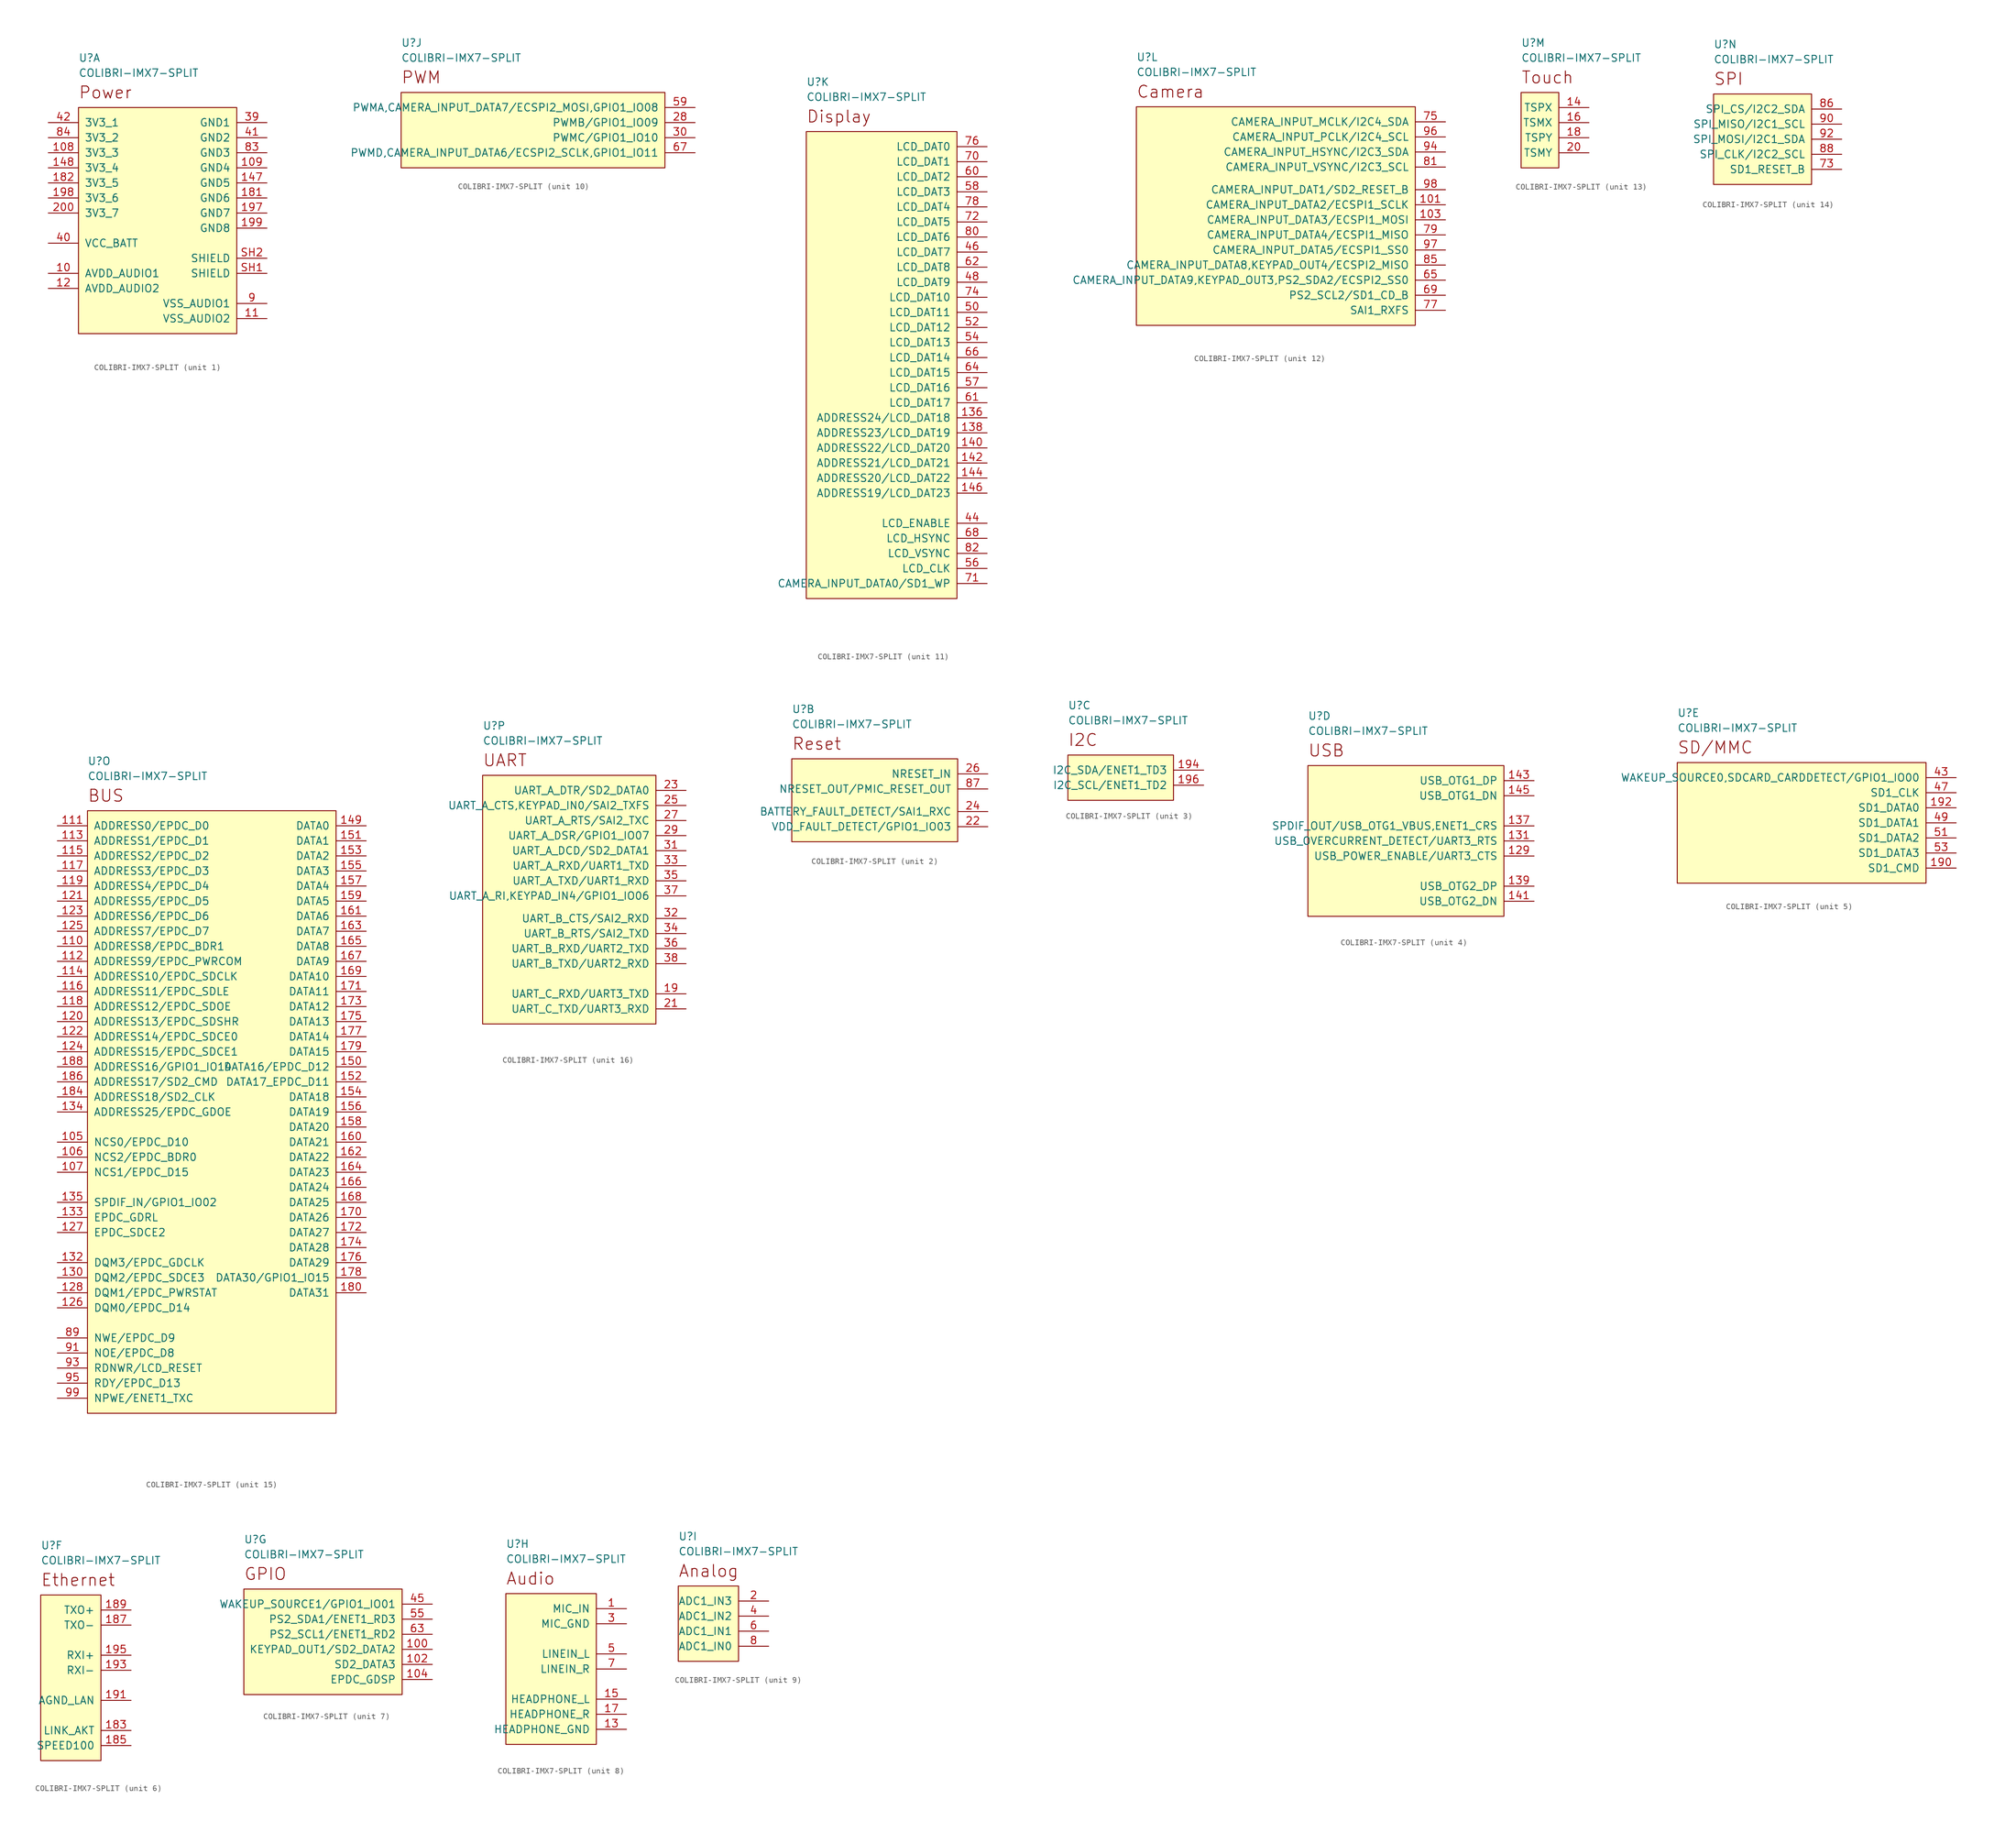
<source format=kicad_sym>
(kicad_symbol_lib
  (version 20201005)
  (generator kicad_symbol_editor)
  (symbol "goyman:COLIBRI-IMX7-SPLIT"
    (pin_names
      (offset 1.016))
    (property "Reference" "U"
      (at 0 7.62 0)
      (effects (font (size 1.27 1.27)) (justify left bottom)))
    (property "Value" "COLIBRI-IMX7-SPLIT"
      (at 0 5.08 0)
      (effects (font (size 1.27 1.27)) (justify left bottom)))
    (property "ki_locked" ""
      (at 0 0 0)
      (effects (font (size 1.27 1.27))))
    (symbol "COLIBRI-IMX7-SPLIT_1_0"
      (text "Power" (at 0 2.54 0) (effects (font (size 2.007 2.007)) (justify left)))
      (pin power_in line (at -5.08 -27.94 0) (length 5.08) (name "AVDD_AUDIO1" (effects (font (size 1.27 1.27)))) (number "10" (effects (font (size 1.27 1.27)))))
      (pin power_in line (at -5.08 -7.62 0) (length 5.08) (name "3V3_3" (effects (font (size 1.27 1.27)))) (number "108" (effects (font (size 1.27 1.27)))))
      (pin power_in line (at 31.75 -10.16 180) (length 5.08) (name "GND4" (effects (font (size 1.27 1.27)))) (number "109" (effects (font (size 1.27 1.27)))))
      (pin power_in line (at 31.75 -35.56 180) (length 5.08) (name "VSS_AUDIO2" (effects (font (size 1.27 1.27)))) (number "11" (effects (font (size 1.27 1.27)))))
      (pin power_in line (at -5.08 -30.48 0) (length 5.08) (name "AVDD_AUDIO2" (effects (font (size 1.27 1.27)))) (number "12" (effects (font (size 1.27 1.27)))))
      (pin power_in line (at 31.75 -12.7 180) (length 5.08) (name "GND5" (effects (font (size 1.27 1.27)))) (number "147" (effects (font (size 1.27 1.27)))))
      (pin power_in line (at -5.08 -10.16 0) (length 5.08) (name "3V3_4" (effects (font (size 1.27 1.27)))) (number "148" (effects (font (size 1.27 1.27)))))
      (pin power_in line (at 31.75 -15.24 180) (length 5.08) (name "GND6" (effects (font (size 1.27 1.27)))) (number "181" (effects (font (size 1.27 1.27)))))
      (pin power_in line (at -5.08 -12.7 0) (length 5.08) (name "3V3_5" (effects (font (size 1.27 1.27)))) (number "182" (effects (font (size 1.27 1.27)))))
      (pin power_in line (at 31.75 -17.78 180) (length 5.08) (name "GND7" (effects (font (size 1.27 1.27)))) (number "197" (effects (font (size 1.27 1.27)))))
      (pin power_in line (at -5.08 -15.24 0) (length 5.08) (name "3V3_6" (effects (font (size 1.27 1.27)))) (number "198" (effects (font (size 1.27 1.27)))))
      (pin power_in line (at 31.75 -20.32 180) (length 5.08) (name "GND8" (effects (font (size 1.27 1.27)))) (number "199" (effects (font (size 1.27 1.27)))))
      (pin power_in line (at -5.08 -17.78 0) (length 5.08) (name "3V3_7" (effects (font (size 1.27 1.27)))) (number "200" (effects (font (size 1.27 1.27)))))
      (pin power_in line (at 31.75 -2.54 180) (length 5.08) (name "GND1" (effects (font (size 1.27 1.27)))) (number "39" (effects (font (size 1.27 1.27)))))
      (pin power_in line (at -5.08 -22.86 0) (length 5.08) (name "VCC_BATT" (effects (font (size 1.27 1.27)))) (number "40" (effects (font (size 1.27 1.27)))))
      (pin power_in line (at 31.75 -5.08 180) (length 5.08) (name "GND2" (effects (font (size 1.27 1.27)))) (number "41" (effects (font (size 1.27 1.27)))))
      (pin power_in line (at 31.75 -7.62 180) (length 5.08) (name "GND3" (effects (font (size 1.27 1.27)))) (number "83" (effects (font (size 1.27 1.27)))))
      (pin power_in line (at -5.08 -5.08 0) (length 5.08) (name "3V3_2" (effects (font (size 1.27 1.27)))) (number "84" (effects (font (size 1.27 1.27)))))
      (pin power_in line (at 31.75 -33.02 180) (length 5.08) (name "VSS_AUDIO1" (effects (font (size 1.27 1.27)))) (number "9" (effects (font (size 1.27 1.27)))))
      (pin power_in line (at 31.75 -27.94 180) (length 5.08) (name "SHIELD" (effects (font (size 1.27 1.27)))) (number "SH1" (effects (font (size 1.27 1.27)))))
      (pin power_in line (at 31.75 -25.4 180) (length 5.08) (name "SHIELD" (effects (font (size 1.27 1.27)))) (number "SH2" (effects (font (size 1.27 1.27))))))
    (symbol "COLIBRI-IMX7-SPLIT_1_1"
      (rectangle (start 0 0) (end 26.67 -38.1) (stroke (width 0)) (fill (type background)))
      (pin power_in line (at -5.08 -2.54 0) (length 5.08) (name "3V3_1" (effects (font (size 1.27 1.27)))) (number "42" (effects (font (size 1.27 1.27))))))
    (symbol "COLIBRI-IMX7-SPLIT_2_0"
      (text "Reset" (at 0 2.54 0) (effects (font (size 2.007 2.007)) (justify left)))
      (rectangle (start 27.94 0) (end 0 -13.97) (stroke (width 0)) (fill (type background)))
      (pin passive line (at 33.02 -11.43 180) (length 5.08) (name "VDD_FAULT_DETECT/GPIO1_IO03" (effects (font (size 1.27 1.27)))) (number "22" (effects (font (size 1.27 1.27)))))
      (pin passive line (at 33.02 -8.89 180) (length 5.08) (name "BATTERY_FAULT_DETECT/SAI1_RXC" (effects (font (size 1.27 1.27)))) (number "24" (effects (font (size 1.27 1.27)))))
      (pin passive line (at 33.02 -2.54 180) (length 5.08) (name "NRESET_IN" (effects (font (size 1.27 1.27)))) (number "26" (effects (font (size 1.27 1.27)))))
      (pin passive line (at 33.02 -5.08 180) (length 5.08) (name "NRESET_OUT/PMIC_RESET_OUT" (effects (font (size 1.27 1.27)))) (number "87" (effects (font (size 1.27 1.27))))))
    (symbol "COLIBRI-IMX7-SPLIT_3_0"
      (text "I2C" (at 0 2.54 0) (effects (font (size 2.007 2.007)) (justify left)))
      (rectangle (start 17.78 0) (end 0 -7.62) (stroke (width 0)) (fill (type background)))
      (pin passive line (at 22.86 -2.54 180) (length 5.08) (name "I2C_SDA/ENET1_TD3" (effects (font (size 1.27 1.27)))) (number "194" (effects (font (size 1.27 1.27)))))
      (pin passive line (at 22.86 -5.08 180) (length 5.08) (name "I2C_SCL/ENET1_TD2" (effects (font (size 1.27 1.27)))) (number "196" (effects (font (size 1.27 1.27))))))
    (symbol "COLIBRI-IMX7-SPLIT_4_0"
      (text "USB" (at 0 2.54 0) (effects (font (size 2.007 2.007)) (justify left)))
      (rectangle (start 33.02 0) (end 0 -25.4) (stroke (width 0)) (fill (type background)))
      (pin passive line (at 38.1 -15.24 180) (length 5.08) (name "USB_POWER_ENABLE/UART3_CTS" (effects (font (size 1.27 1.27)))) (number "129" (effects (font (size 1.27 1.27)))))
      (pin passive line (at 38.1 -12.7 180) (length 5.08) (name "USB_OVERCURRENT_DETECT/UART3_RTS" (effects (font (size 1.27 1.27)))) (number "131" (effects (font (size 1.27 1.27)))))
      (pin passive line (at 38.1 -10.16 180) (length 5.08) (name "SPDIF_OUT/USB_OTG1_VBUS,ENET1_CRS" (effects (font (size 1.27 1.27)))) (number "137" (effects (font (size 1.27 1.27)))))
      (pin passive line (at 38.1 -20.32 180) (length 5.08) (name "USB_OTG2_DP" (effects (font (size 1.27 1.27)))) (number "139" (effects (font (size 1.27 1.27)))))
      (pin passive line (at 38.1 -22.86 180) (length 5.08) (name "USB_OTG2_DN" (effects (font (size 1.27 1.27)))) (number "141" (effects (font (size 1.27 1.27)))))
      (pin passive line (at 38.1 -2.54 180) (length 5.08) (name "USB_OTG1_DP" (effects (font (size 1.27 1.27)))) (number "143" (effects (font (size 1.27 1.27)))))
      (pin passive line (at 38.1 -5.08 180) (length 5.08) (name "USB_OTG1_DN" (effects (font (size 1.27 1.27)))) (number "145" (effects (font (size 1.27 1.27))))))
    (symbol "COLIBRI-IMX7-SPLIT_5_0"
      (text "SD/MMC" (at 0 2.54 0) (effects (font (size 2.007 2.007)) (justify left)))
      (rectangle (start 41.91 0) (end 0 -20.32) (stroke (width 0)) (fill (type background)))
      (pin passive line (at 46.99 -17.78 180) (length 5.08) (name "SD1_CMD" (effects (font (size 1.27 1.27)))) (number "190" (effects (font (size 1.27 1.27)))))
      (pin passive line (at 46.99 -7.62 180) (length 5.08) (name "SD1_DATA0" (effects (font (size 1.27 1.27)))) (number "192" (effects (font (size 1.27 1.27)))))
      (pin passive line (at 46.99 -2.54 180) (length 5.08) (name "WAKEUP_SOURCE0,SDCARD_CARDDETECT/GPIO1_IO00" (effects (font (size 1.27 1.27)))) (number "43" (effects (font (size 1.27 1.27)))))
      (pin passive line (at 46.99 -5.08 180) (length 5.08) (name "SD1_CLK" (effects (font (size 1.27 1.27)))) (number "47" (effects (font (size 1.27 1.27)))))
      (pin passive line (at 46.99 -10.16 180) (length 5.08) (name "SD1_DATA1" (effects (font (size 1.27 1.27)))) (number "49" (effects (font (size 1.27 1.27)))))
      (pin passive line (at 46.99 -12.7 180) (length 5.08) (name "SD1_DATA2" (effects (font (size 1.27 1.27)))) (number "51" (effects (font (size 1.27 1.27)))))
      (pin passive line (at 46.99 -15.24 180) (length 5.08) (name "SD1_DATA3" (effects (font (size 1.27 1.27)))) (number "53" (effects (font (size 1.27 1.27))))))
    (symbol "COLIBRI-IMX7-SPLIT_6_0"
      (text "Ethernet" (at 0 2.54 0) (effects (font (size 2.007 2.007)) (justify left)))
      (rectangle (start 10.16 0) (end 0 -27.94) (stroke (width 0)) (fill (type background)))
      (pin passive line (at 15.24 -22.86 180) (length 5.08) (name "LINK_AKT" (effects (font (size 1.27 1.27)))) (number "183" (effects (font (size 1.27 1.27)))))
      (pin passive line (at 15.24 -25.4 180) (length 5.08) (name "SPEED100" (effects (font (size 1.27 1.27)))) (number "185" (effects (font (size 1.27 1.27)))))
      (pin passive line (at 15.24 -5.08 180) (length 5.08) (name "TXO-" (effects (font (size 1.27 1.27)))) (number "187" (effects (font (size 1.27 1.27)))))
      (pin passive line (at 15.24 -2.54 180) (length 5.08) (name "TXO+" (effects (font (size 1.27 1.27)))) (number "189" (effects (font (size 1.27 1.27)))))
      (pin passive line (at 15.24 -17.78 180) (length 5.08) (name "AGND_LAN" (effects (font (size 1.27 1.27)))) (number "191" (effects (font (size 1.27 1.27)))))
      (pin passive line (at 15.24 -12.7 180) (length 5.08) (name "RXI-" (effects (font (size 1.27 1.27)))) (number "193" (effects (font (size 1.27 1.27)))))
      (pin passive line (at 15.24 -10.16 180) (length 5.08) (name "RXI+" (effects (font (size 1.27 1.27)))) (number "195" (effects (font (size 1.27 1.27))))))
    (symbol "COLIBRI-IMX7-SPLIT_7_0"
      (text "GPIO" (at 0 2.54 0) (effects (font (size 2.007 2.007)) (justify left)))
      (rectangle (start 26.67 0) (end 0 -17.78) (stroke (width 0)) (fill (type background)))
      (pin passive line (at 31.75 -10.16 180) (length 5.08) (name "KEYPAD_OUT1/SD2_DATA2" (effects (font (size 1.27 1.27)))) (number "100" (effects (font (size 1.27 1.27)))))
      (pin passive line (at 31.75 -12.7 180) (length 5.08) (name "SD2_DATA3" (effects (font (size 1.27 1.27)))) (number "102" (effects (font (size 1.27 1.27)))))
      (pin passive line (at 31.75 -15.24 180) (length 5.08) (name "EPDC_GDSP" (effects (font (size 1.27 1.27)))) (number "104" (effects (font (size 1.27 1.27)))))
      (pin passive line (at 31.75 -2.54 180) (length 5.08) (name "WAKEUP_SOURCE1/GPIO1_IO01" (effects (font (size 1.27 1.27)))) (number "45" (effects (font (size 1.27 1.27)))))
      (pin passive line (at 31.75 -5.08 180) (length 5.08) (name "PS2_SDA1/ENET1_RD3" (effects (font (size 1.27 1.27)))) (number "55" (effects (font (size 1.27 1.27)))))
      (pin passive line (at 31.75 -7.62 180) (length 5.08) (name "PS2_SCL1/ENET1_RD2" (effects (font (size 1.27 1.27)))) (number "63" (effects (font (size 1.27 1.27))))))
    (symbol "COLIBRI-IMX7-SPLIT_8_0"
      (text "Audio" (at 0 2.54 0) (effects (font (size 2.007 2.007)) (justify left)))
      (rectangle (start 15.24 0) (end 0 -25.4) (stroke (width 0)) (fill (type background)))
      (pin passive line (at 20.32 -2.54 180) (length 5.08) (name "MIC_IN" (effects (font (size 1.27 1.27)))) (number "1" (effects (font (size 1.27 1.27)))))
      (pin passive line (at 20.32 -22.86 180) (length 5.08) (name "HEADPHONE_GND" (effects (font (size 1.27 1.27)))) (number "13" (effects (font (size 1.27 1.27)))))
      (pin passive line (at 20.32 -17.78 180) (length 5.08) (name "HEADPHONE_L" (effects (font (size 1.27 1.27)))) (number "15" (effects (font (size 1.27 1.27)))))
      (pin passive line (at 20.32 -20.32 180) (length 5.08) (name "HEADPHONE_R" (effects (font (size 1.27 1.27)))) (number "17" (effects (font (size 1.27 1.27)))))
      (pin passive line (at 20.32 -5.08 180) (length 5.08) (name "MIC_GND" (effects (font (size 1.27 1.27)))) (number "3" (effects (font (size 1.27 1.27)))))
      (pin passive line (at 20.32 -10.16 180) (length 5.08) (name "LINEIN_L" (effects (font (size 1.27 1.27)))) (number "5" (effects (font (size 1.27 1.27)))))
      (pin passive line (at 20.32 -12.7 180) (length 5.08) (name "LINEIN_R" (effects (font (size 1.27 1.27)))) (number "7" (effects (font (size 1.27 1.27))))))
    (symbol "COLIBRI-IMX7-SPLIT_9_0"
      (text "Analog" (at 0 2.54 0) (effects (font (size 2.007 2.007)) (justify left)))
      (rectangle (start 10.16 0) (end 0 -12.7) (stroke (width 0)) (fill (type background)))
      (pin passive line (at 15.24 -2.54 180) (length 5.08) (name "ADC1_IN3" (effects (font (size 1.27 1.27)))) (number "2" (effects (font (size 1.27 1.27)))))
      (pin passive line (at 15.24 -5.08 180) (length 5.08) (name "ADC1_IN2" (effects (font (size 1.27 1.27)))) (number "4" (effects (font (size 1.27 1.27)))))
      (pin passive line (at 15.24 -7.62 180) (length 5.08) (name "ADC1_IN1" (effects (font (size 1.27 1.27)))) (number "6" (effects (font (size 1.27 1.27)))))
      (pin passive line (at 15.24 -10.16 180) (length 5.08) (name "ADC1_IN0" (effects (font (size 1.27 1.27)))) (number "8" (effects (font (size 1.27 1.27))))))
    (symbol "COLIBRI-IMX7-SPLIT_10_0"
      (text "PWM" (at 0 2.54 0) (effects (font (size 2.007 2.007)) (justify left)))
      (rectangle (start 44.45 0) (end 0 -12.7) (stroke (width 0)) (fill (type background)))
      (pin passive line (at 49.53 -5.08 180) (length 5.08) (name "PWMB/GPIO1_IO09" (effects (font (size 1.27 1.27)))) (number "28" (effects (font (size 1.27 1.27)))))
      (pin passive line (at 49.53 -7.62 180) (length 5.08) (name "PWMC/GPIO1_IO10" (effects (font (size 1.27 1.27)))) (number "30" (effects (font (size 1.27 1.27)))))
      (pin passive line (at 49.53 -2.54 180) (length 5.08) (name "PWMA,CAMERA_INPUT_DATA7/ECSPI2_MOSI,GPIO1_IO08" (effects (font (size 1.27 1.27)))) (number "59" (effects (font (size 1.27 1.27)))))
      (pin passive line (at 49.53 -10.16 180) (length 5.08) (name "PWMD,CAMERA_INPUT_DATA6/ECSPI2_SCLK,GPIO1_IO11" (effects (font (size 1.27 1.27)))) (number "67" (effects (font (size 1.27 1.27))))))
    (symbol "COLIBRI-IMX7-SPLIT_11_0"
      (text "Display" (at 0 2.54 0) (effects (font (size 2.007 2.007)) (justify left)))
      (rectangle (start 25.4 0) (end 0 -78.74) (stroke (width 0)) (fill (type background)))
      (pin passive line (at 30.48 -48.26 180) (length 5.08) (name "ADDRESS24/LCD_DAT18" (effects (font (size 1.27 1.27)))) (number "136" (effects (font (size 1.27 1.27)))))
      (pin passive line (at 30.48 -50.8 180) (length 5.08) (name "ADDRESS23/LCD_DAT19" (effects (font (size 1.27 1.27)))) (number "138" (effects (font (size 1.27 1.27)))))
      (pin passive line (at 30.48 -53.34 180) (length 5.08) (name "ADDRESS22/LCD_DAT20" (effects (font (size 1.27 1.27)))) (number "140" (effects (font (size 1.27 1.27)))))
      (pin passive line (at 30.48 -55.88 180) (length 5.08) (name "ADDRESS21/LCD_DAT21" (effects (font (size 1.27 1.27)))) (number "142" (effects (font (size 1.27 1.27)))))
      (pin passive line (at 30.48 -58.42 180) (length 5.08) (name "ADDRESS20/LCD_DAT22" (effects (font (size 1.27 1.27)))) (number "144" (effects (font (size 1.27 1.27)))))
      (pin passive line (at 30.48 -60.96 180) (length 5.08) (name "ADDRESS19/LCD_DAT23" (effects (font (size 1.27 1.27)))) (number "146" (effects (font (size 1.27 1.27)))))
      (pin passive line (at 30.48 -66.04 180) (length 5.08) (name "LCD_ENABLE" (effects (font (size 1.27 1.27)))) (number "44" (effects (font (size 1.27 1.27)))))
      (pin passive line (at 30.48 -20.32 180) (length 5.08) (name "LCD_DAT7" (effects (font (size 1.27 1.27)))) (number "46" (effects (font (size 1.27 1.27)))))
      (pin passive line (at 30.48 -25.4 180) (length 5.08) (name "LCD_DAT9" (effects (font (size 1.27 1.27)))) (number "48" (effects (font (size 1.27 1.27)))))
      (pin passive line (at 30.48 -30.48 180) (length 5.08) (name "LCD_DAT11" (effects (font (size 1.27 1.27)))) (number "50" (effects (font (size 1.27 1.27)))))
      (pin passive line (at 30.48 -33.02 180) (length 5.08) (name "LCD_DAT12" (effects (font (size 1.27 1.27)))) (number "52" (effects (font (size 1.27 1.27)))))
      (pin passive line (at 30.48 -35.56 180) (length 5.08) (name "LCD_DAT13" (effects (font (size 1.27 1.27)))) (number "54" (effects (font (size 1.27 1.27)))))
      (pin passive line (at 30.48 -73.66 180) (length 5.08) (name "LCD_CLK" (effects (font (size 1.27 1.27)))) (number "56" (effects (font (size 1.27 1.27)))))
      (pin passive line (at 30.48 -43.18 180) (length 5.08) (name "LCD_DAT16" (effects (font (size 1.27 1.27)))) (number "57" (effects (font (size 1.27 1.27)))))
      (pin passive line (at 30.48 -10.16 180) (length 5.08) (name "LCD_DAT3" (effects (font (size 1.27 1.27)))) (number "58" (effects (font (size 1.27 1.27)))))
      (pin passive line (at 30.48 -7.62 180) (length 5.08) (name "LCD_DAT2" (effects (font (size 1.27 1.27)))) (number "60" (effects (font (size 1.27 1.27)))))
      (pin passive line (at 30.48 -45.72 180) (length 5.08) (name "LCD_DAT17" (effects (font (size 1.27 1.27)))) (number "61" (effects (font (size 1.27 1.27)))))
      (pin passive line (at 30.48 -22.86 180) (length 5.08) (name "LCD_DAT8" (effects (font (size 1.27 1.27)))) (number "62" (effects (font (size 1.27 1.27)))))
      (pin passive line (at 30.48 -40.64 180) (length 5.08) (name "LCD_DAT15" (effects (font (size 1.27 1.27)))) (number "64" (effects (font (size 1.27 1.27)))))
      (pin passive line (at 30.48 -38.1 180) (length 5.08) (name "LCD_DAT14" (effects (font (size 1.27 1.27)))) (number "66" (effects (font (size 1.27 1.27)))))
      (pin passive line (at 30.48 -68.58 180) (length 5.08) (name "LCD_HSYNC" (effects (font (size 1.27 1.27)))) (number "68" (effects (font (size 1.27 1.27)))))
      (pin passive line (at 30.48 -5.08 180) (length 5.08) (name "LCD_DAT1" (effects (font (size 1.27 1.27)))) (number "70" (effects (font (size 1.27 1.27)))))
      (pin passive line (at 30.48 -76.2 180) (length 5.08) (name "CAMERA_INPUT_DATA0/SD1_WP" (effects (font (size 1.27 1.27)))) (number "71" (effects (font (size 1.27 1.27)))))
      (pin passive line (at 30.48 -15.24 180) (length 5.08) (name "LCD_DAT5" (effects (font (size 1.27 1.27)))) (number "72" (effects (font (size 1.27 1.27)))))
      (pin passive line (at 30.48 -27.94 180) (length 5.08) (name "LCD_DAT10" (effects (font (size 1.27 1.27)))) (number "74" (effects (font (size 1.27 1.27)))))
      (pin passive line (at 30.48 -2.54 180) (length 5.08) (name "LCD_DAT0" (effects (font (size 1.27 1.27)))) (number "76" (effects (font (size 1.27 1.27)))))
      (pin passive line (at 30.48 -12.7 180) (length 5.08) (name "LCD_DAT4" (effects (font (size 1.27 1.27)))) (number "78" (effects (font (size 1.27 1.27)))))
      (pin passive line (at 30.48 -17.78 180) (length 5.08) (name "LCD_DAT6" (effects (font (size 1.27 1.27)))) (number "80" (effects (font (size 1.27 1.27)))))
      (pin passive line (at 30.48 -71.12 180) (length 5.08) (name "LCD_VSYNC" (effects (font (size 1.27 1.27)))) (number "82" (effects (font (size 1.27 1.27))))))
    (symbol "COLIBRI-IMX7-SPLIT_12_0"
      (text "Camera" (at 0 2.54 0) (effects (font (size 2.007 2.007)) (justify left)))
      (rectangle (start 46.99 0) (end 0 -36.83) (stroke (width 0)) (fill (type background)))
      (pin passive line (at 52.07 -16.51 180) (length 5.08) (name "CAMERA_INPUT_DATA2/ECSPI1_SCLK" (effects (font (size 1.27 1.27)))) (number "101" (effects (font (size 1.27 1.27)))))
      (pin passive line (at 52.07 -19.05 180) (length 5.08) (name "CAMERA_INPUT_DATA3/ECSPI1_MOSI" (effects (font (size 1.27 1.27)))) (number "103" (effects (font (size 1.27 1.27)))))
      (pin passive line (at 52.07 -29.21 180) (length 5.08) (name "CAMERA_INPUT_DATA9,KEYPAD_OUT3,PS2_SDA2/ECSPI2_SS0" (effects (font (size 1.27 1.27)))) (number "65" (effects (font (size 1.27 1.27)))))
      (pin passive line (at 52.07 -31.75 180) (length 5.08) (name "PS2_SCL2/SD1_CD_B" (effects (font (size 1.27 1.27)))) (number "69" (effects (font (size 1.27 1.27)))))
      (pin passive line (at 52.07 -2.54 180) (length 5.08) (name "CAMERA_INPUT_MCLK/I2C4_SDA" (effects (font (size 1.27 1.27)))) (number "75" (effects (font (size 1.27 1.27)))))
      (pin passive line (at 52.07 -34.29 180) (length 5.08) (name "SAI1_RXFS" (effects (font (size 1.27 1.27)))) (number "77" (effects (font (size 1.27 1.27)))))
      (pin passive line (at 52.07 -21.59 180) (length 5.08) (name "CAMERA_INPUT_DATA4/ECSPI1_MISO" (effects (font (size 1.27 1.27)))) (number "79" (effects (font (size 1.27 1.27)))))
      (pin passive line (at 52.07 -10.16 180) (length 5.08) (name "CAMERA_INPUT_VSYNC/I2C3_SCL" (effects (font (size 1.27 1.27)))) (number "81" (effects (font (size 1.27 1.27)))))
      (pin passive line (at 52.07 -26.67 180) (length 5.08) (name "CAMERA_INPUT_DATA8,KEYPAD_OUT4/ECSPI2_MISO" (effects (font (size 1.27 1.27)))) (number "85" (effects (font (size 1.27 1.27)))))
      (pin passive line (at 52.07 -7.62 180) (length 5.08) (name "CAMERA_INPUT_HSYNC/I2C3_SDA" (effects (font (size 1.27 1.27)))) (number "94" (effects (font (size 1.27 1.27)))))
      (pin passive line (at 52.07 -5.08 180) (length 5.08) (name "CAMERA_INPUT_PCLK/I2C4_SCL" (effects (font (size 1.27 1.27)))) (number "96" (effects (font (size 1.27 1.27)))))
      (pin passive line (at 52.07 -24.13 180) (length 5.08) (name "CAMERA_INPUT_DATA5/ECSPI1_SS0" (effects (font (size 1.27 1.27)))) (number "97" (effects (font (size 1.27 1.27)))))
      (pin passive line (at 52.07 -13.97 180) (length 5.08) (name "CAMERA_INPUT_DAT1/SD2_RESET_B" (effects (font (size 1.27 1.27)))) (number "98" (effects (font (size 1.27 1.27))))))
    (symbol "COLIBRI-IMX7-SPLIT_13_0"
      (text "Touch" (at 0 2.54 0) (effects (font (size 2.007 2.007)) (justify left)))
      (rectangle (start 6.35 -12.7) (end 0 0) (stroke (width 0)) (fill (type background)))
      (pin passive line (at 11.43 -2.54 180) (length 5.08) (name "TSPX" (effects (font (size 1.27 1.27)))) (number "14" (effects (font (size 1.27 1.27)))))
      (pin passive line (at 11.43 -5.08 180) (length 5.08) (name "TSMX" (effects (font (size 1.27 1.27)))) (number "16" (effects (font (size 1.27 1.27)))))
      (pin passive line (at 11.43 -7.62 180) (length 5.08) (name "TSPY" (effects (font (size 1.27 1.27)))) (number "18" (effects (font (size 1.27 1.27)))))
      (pin passive line (at 11.43 -10.16 180) (length 5.08) (name "TSMY" (effects (font (size 1.27 1.27)))) (number "20" (effects (font (size 1.27 1.27))))))
    (symbol "COLIBRI-IMX7-SPLIT_14_0"
      (text "SPI" (at 0 2.54 0) (effects (font (size 2.007 2.007)) (justify left)))
      (rectangle (start 16.51 0) (end 0 -15.24) (stroke (width 0)) (fill (type background)))
      (pin passive line (at 21.59 -12.7 180) (length 5.08) (name "SD1_RESET_B" (effects (font (size 1.27 1.27)))) (number "73" (effects (font (size 1.27 1.27)))))
      (pin passive line (at 21.59 -2.54 180) (length 5.08) (name "SPI_CS/I2C2_SDA" (effects (font (size 1.27 1.27)))) (number "86" (effects (font (size 1.27 1.27)))))
      (pin passive line (at 21.59 -10.16 180) (length 5.08) (name "SPI_CLK/I2C2_SCL" (effects (font (size 1.27 1.27)))) (number "88" (effects (font (size 1.27 1.27)))))
      (pin passive line (at 21.59 -5.08 180) (length 5.08) (name "SPI_MISO/I2C1_SCL" (effects (font (size 1.27 1.27)))) (number "90" (effects (font (size 1.27 1.27)))))
      (pin passive line (at 21.59 -7.62 180) (length 5.08) (name "SPI_MOSI/I2C1_SDA" (effects (font (size 1.27 1.27)))) (number "92" (effects (font (size 1.27 1.27))))))
    (symbol "COLIBRI-IMX7-SPLIT_15_0"
      (text "BUS" (at 0 2.54 0) (effects (font (size 2.007 2.007)) (justify left)))
      (rectangle (start 41.91 0) (end 0 -101.6) (stroke (width 0)) (fill (type background)))
      (pin passive line (at -5.08 -55.88 0) (length 5.08) (name "NCS0/EPDC_D10" (effects (font (size 1.27 1.27)))) (number "105" (effects (font (size 1.27 1.27)))))
      (pin passive line (at -5.08 -58.42 0) (length 5.08) (name "NCS2/EPDC_BDR0" (effects (font (size 1.27 1.27)))) (number "106" (effects (font (size 1.27 1.27)))))
      (pin passive line (at -5.08 -60.96 0) (length 5.08) (name "NCS1/EPDC_D15" (effects (font (size 1.27 1.27)))) (number "107" (effects (font (size 1.27 1.27)))))
      (pin passive line (at -5.08 -22.86 0) (length 5.08) (name "ADDRESS8/EPDC_BDR1" (effects (font (size 1.27 1.27)))) (number "110" (effects (font (size 1.27 1.27)))))
      (pin passive line (at -5.08 -2.54 0) (length 5.08) (name "ADDRESS0/EPDC_D0" (effects (font (size 1.27 1.27)))) (number "111" (effects (font (size 1.27 1.27)))))
      (pin passive line (at -5.08 -25.4 0) (length 5.08) (name "ADDRESS9/EPDC_PWRCOM" (effects (font (size 1.27 1.27)))) (number "112" (effects (font (size 1.27 1.27)))))
      (pin passive line (at -5.08 -5.08 0) (length 5.08) (name "ADDRESS1/EPDC_D1" (effects (font (size 1.27 1.27)))) (number "113" (effects (font (size 1.27 1.27)))))
      (pin passive line (at -5.08 -27.94 0) (length 5.08) (name "ADDRESS10/EPDC_SDCLK" (effects (font (size 1.27 1.27)))) (number "114" (effects (font (size 1.27 1.27)))))
      (pin passive line (at -5.08 -7.62 0) (length 5.08) (name "ADDRESS2/EPDC_D2" (effects (font (size 1.27 1.27)))) (number "115" (effects (font (size 1.27 1.27)))))
      (pin passive line (at -5.08 -30.48 0) (length 5.08) (name "ADDRESS11/EPDC_SDLE" (effects (font (size 1.27 1.27)))) (number "116" (effects (font (size 1.27 1.27)))))
      (pin passive line (at -5.08 -10.16 0) (length 5.08) (name "ADDRESS3/EPDC_D3" (effects (font (size 1.27 1.27)))) (number "117" (effects (font (size 1.27 1.27)))))
      (pin passive line (at -5.08 -33.02 0) (length 5.08) (name "ADDRESS12/EPDC_SDOE" (effects (font (size 1.27 1.27)))) (number "118" (effects (font (size 1.27 1.27)))))
      (pin passive line (at -5.08 -12.7 0) (length 5.08) (name "ADDRESS4/EPDC_D4" (effects (font (size 1.27 1.27)))) (number "119" (effects (font (size 1.27 1.27)))))
      (pin passive line (at -5.08 -35.56 0) (length 5.08) (name "ADDRESS13/EPDC_SDSHR" (effects (font (size 1.27 1.27)))) (number "120" (effects (font (size 1.27 1.27)))))
      (pin passive line (at -5.08 -15.24 0) (length 5.08) (name "ADDRESS5/EPDC_D5" (effects (font (size 1.27 1.27)))) (number "121" (effects (font (size 1.27 1.27)))))
      (pin passive line (at -5.08 -38.1 0) (length 5.08) (name "ADDRESS14/EPDC_SDCE0" (effects (font (size 1.27 1.27)))) (number "122" (effects (font (size 1.27 1.27)))))
      (pin passive line (at -5.08 -17.78 0) (length 5.08) (name "ADDRESS6/EPDC_D6" (effects (font (size 1.27 1.27)))) (number "123" (effects (font (size 1.27 1.27)))))
      (pin passive line (at -5.08 -40.64 0) (length 5.08) (name "ADDRESS15/EPDC_SDCE1" (effects (font (size 1.27 1.27)))) (number "124" (effects (font (size 1.27 1.27)))))
      (pin passive line (at -5.08 -20.32 0) (length 5.08) (name "ADDRESS7/EPDC_D7" (effects (font (size 1.27 1.27)))) (number "125" (effects (font (size 1.27 1.27)))))
      (pin passive line (at -5.08 -83.82 0) (length 5.08) (name "DQM0/EPDC_D14" (effects (font (size 1.27 1.27)))) (number "126" (effects (font (size 1.27 1.27)))))
      (pin passive line (at -5.08 -71.12 0) (length 5.08) (name "EPDC_SDCE2" (effects (font (size 1.27 1.27)))) (number "127" (effects (font (size 1.27 1.27)))))
      (pin passive line (at -5.08 -81.28 0) (length 5.08) (name "DQM1/EPDC_PWRSTAT" (effects (font (size 1.27 1.27)))) (number "128" (effects (font (size 1.27 1.27)))))
      (pin passive line (at -5.08 -78.74 0) (length 5.08) (name "DQM2/EPDC_SDCE3" (effects (font (size 1.27 1.27)))) (number "130" (effects (font (size 1.27 1.27)))))
      (pin passive line (at -5.08 -76.2 0) (length 5.08) (name "DQM3/EPDC_GDCLK" (effects (font (size 1.27 1.27)))) (number "132" (effects (font (size 1.27 1.27)))))
      (pin passive line (at -5.08 -68.58 0) (length 5.08) (name "EPDC_GDRL" (effects (font (size 1.27 1.27)))) (number "133" (effects (font (size 1.27 1.27)))))
      (pin passive line (at -5.08 -50.8 0) (length 5.08) (name "ADDRESS25/EPDC_GDOE" (effects (font (size 1.27 1.27)))) (number "134" (effects (font (size 1.27 1.27)))))
      (pin passive line (at -5.08 -66.04 0) (length 5.08) (name "SPDIF_IN/GPIO1_IO02" (effects (font (size 1.27 1.27)))) (number "135" (effects (font (size 1.27 1.27)))))
      (pin passive line (at 46.99 -2.54 180) (length 5.08) (name "DATA0" (effects (font (size 1.27 1.27)))) (number "149" (effects (font (size 1.27 1.27)))))
      (pin passive line (at 46.99 -43.18 180) (length 5.08) (name "DATA16/EPDC_D12" (effects (font (size 1.27 1.27)))) (number "150" (effects (font (size 1.27 1.27)))))
      (pin passive line (at 46.99 -5.08 180) (length 5.08) (name "DATA1" (effects (font (size 1.27 1.27)))) (number "151" (effects (font (size 1.27 1.27)))))
      (pin passive line (at 46.99 -45.72 180) (length 5.08) (name "DATA17_EPDC_D11" (effects (font (size 1.27 1.27)))) (number "152" (effects (font (size 1.27 1.27)))))
      (pin passive line (at 46.99 -7.62 180) (length 5.08) (name "DATA2" (effects (font (size 1.27 1.27)))) (number "153" (effects (font (size 1.27 1.27)))))
      (pin passive line (at 46.99 -48.26 180) (length 5.08) (name "DATA18" (effects (font (size 1.27 1.27)))) (number "154" (effects (font (size 1.27 1.27)))))
      (pin passive line (at 46.99 -10.16 180) (length 5.08) (name "DATA3" (effects (font (size 1.27 1.27)))) (number "155" (effects (font (size 1.27 1.27)))))
      (pin passive line (at 46.99 -50.8 180) (length 5.08) (name "DATA19" (effects (font (size 1.27 1.27)))) (number "156" (effects (font (size 1.27 1.27)))))
      (pin passive line (at 46.99 -12.7 180) (length 5.08) (name "DATA4" (effects (font (size 1.27 1.27)))) (number "157" (effects (font (size 1.27 1.27)))))
      (pin passive line (at 46.99 -53.34 180) (length 5.08) (name "DATA20" (effects (font (size 1.27 1.27)))) (number "158" (effects (font (size 1.27 1.27)))))
      (pin passive line (at 46.99 -15.24 180) (length 5.08) (name "DATA5" (effects (font (size 1.27 1.27)))) (number "159" (effects (font (size 1.27 1.27)))))
      (pin passive line (at 46.99 -55.88 180) (length 5.08) (name "DATA21" (effects (font (size 1.27 1.27)))) (number "160" (effects (font (size 1.27 1.27)))))
      (pin passive line (at 46.99 -17.78 180) (length 5.08) (name "DATA6" (effects (font (size 1.27 1.27)))) (number "161" (effects (font (size 1.27 1.27)))))
      (pin passive line (at 46.99 -58.42 180) (length 5.08) (name "DATA22" (effects (font (size 1.27 1.27)))) (number "162" (effects (font (size 1.27 1.27)))))
      (pin passive line (at 46.99 -20.32 180) (length 5.08) (name "DATA7" (effects (font (size 1.27 1.27)))) (number "163" (effects (font (size 1.27 1.27)))))
      (pin passive line (at 46.99 -60.96 180) (length 5.08) (name "DATA23" (effects (font (size 1.27 1.27)))) (number "164" (effects (font (size 1.27 1.27)))))
      (pin passive line (at 46.99 -22.86 180) (length 5.08) (name "DATA8" (effects (font (size 1.27 1.27)))) (number "165" (effects (font (size 1.27 1.27)))))
      (pin passive line (at 46.99 -63.5 180) (length 5.08) (name "DATA24" (effects (font (size 1.27 1.27)))) (number "166" (effects (font (size 1.27 1.27)))))
      (pin passive line (at 46.99 -25.4 180) (length 5.08) (name "DATA9" (effects (font (size 1.27 1.27)))) (number "167" (effects (font (size 1.27 1.27)))))
      (pin passive line (at 46.99 -66.04 180) (length 5.08) (name "DATA25" (effects (font (size 1.27 1.27)))) (number "168" (effects (font (size 1.27 1.27)))))
      (pin passive line (at 46.99 -27.94 180) (length 5.08) (name "DATA10" (effects (font (size 1.27 1.27)))) (number "169" (effects (font (size 1.27 1.27)))))
      (pin passive line (at 46.99 -68.58 180) (length 5.08) (name "DATA26" (effects (font (size 1.27 1.27)))) (number "170" (effects (font (size 1.27 1.27)))))
      (pin passive line (at 46.99 -30.48 180) (length 5.08) (name "DATA11" (effects (font (size 1.27 1.27)))) (number "171" (effects (font (size 1.27 1.27)))))
      (pin passive line (at 46.99 -71.12 180) (length 5.08) (name "DATA27" (effects (font (size 1.27 1.27)))) (number "172" (effects (font (size 1.27 1.27)))))
      (pin passive line (at 46.99 -33.02 180) (length 5.08) (name "DATA12" (effects (font (size 1.27 1.27)))) (number "173" (effects (font (size 1.27 1.27)))))
      (pin passive line (at 46.99 -73.66 180) (length 5.08) (name "DATA28" (effects (font (size 1.27 1.27)))) (number "174" (effects (font (size 1.27 1.27)))))
      (pin passive line (at 46.99 -35.56 180) (length 5.08) (name "DATA13" (effects (font (size 1.27 1.27)))) (number "175" (effects (font (size 1.27 1.27)))))
      (pin passive line (at 46.99 -76.2 180) (length 5.08) (name "DATA29" (effects (font (size 1.27 1.27)))) (number "176" (effects (font (size 1.27 1.27)))))
      (pin passive line (at 46.99 -38.1 180) (length 5.08) (name "DATA14" (effects (font (size 1.27 1.27)))) (number "177" (effects (font (size 1.27 1.27)))))
      (pin passive line (at 46.99 -78.74 180) (length 5.08) (name "DATA30/GPIO1_IO15" (effects (font (size 1.27 1.27)))) (number "178" (effects (font (size 1.27 1.27)))))
      (pin passive line (at 46.99 -40.64 180) (length 5.08) (name "DATA15" (effects (font (size 1.27 1.27)))) (number "179" (effects (font (size 1.27 1.27)))))
      (pin passive line (at 46.99 -81.28 180) (length 5.08) (name "DATA31" (effects (font (size 1.27 1.27)))) (number "180" (effects (font (size 1.27 1.27)))))
      (pin passive line (at -5.08 -48.26 0) (length 5.08) (name "ADDRESS18/SD2_CLK" (effects (font (size 1.27 1.27)))) (number "184" (effects (font (size 1.27 1.27)))))
      (pin passive line (at -5.08 -45.72 0) (length 5.08) (name "ADDRESS17/SD2_CMD" (effects (font (size 1.27 1.27)))) (number "186" (effects (font (size 1.27 1.27)))))
      (pin passive line (at -5.08 -43.18 0) (length 5.08) (name "ADDRESS16/GPIO1_IO14" (effects (font (size 1.27 1.27)))) (number "188" (effects (font (size 1.27 1.27)))))
      (pin passive line (at -5.08 -88.9 0) (length 5.08) (name "NWE/EPDC_D9" (effects (font (size 1.27 1.27)))) (number "89" (effects (font (size 1.27 1.27)))))
      (pin passive line (at -5.08 -91.44 0) (length 5.08) (name "NOE/EPDC_D8" (effects (font (size 1.27 1.27)))) (number "91" (effects (font (size 1.27 1.27)))))
      (pin passive line (at -5.08 -93.98 0) (length 5.08) (name "RDNWR/LCD_RESET" (effects (font (size 1.27 1.27)))) (number "93" (effects (font (size 1.27 1.27)))))
      (pin passive line (at -5.08 -96.52 0) (length 5.08) (name "RDY/EPDC_D13" (effects (font (size 1.27 1.27)))) (number "95" (effects (font (size 1.27 1.27)))))
      (pin passive line (at -5.08 -99.06 0) (length 5.08) (name "NPWE/ENET1_TXC" (effects (font (size 1.27 1.27)))) (number "99" (effects (font (size 1.27 1.27))))))
    (symbol "COLIBRI-IMX7-SPLIT_16_0"
      (text "UART" (at 0 2.54 0) (effects (font (size 2.007 2.007)) (justify left)))
      (rectangle (start 29.21 0) (end 0 -41.91) (stroke (width 0)) (fill (type background)))
      (pin passive line (at 34.29 -36.83 180) (length 5.08) (name "UART_C_RXD/UART3_TXD" (effects (font (size 1.27 1.27)))) (number "19" (effects (font (size 1.27 1.27)))))
      (pin passive line (at 34.29 -39.37 180) (length 5.08) (name "UART_C_TXD/UART3_RXD" (effects (font (size 1.27 1.27)))) (number "21" (effects (font (size 1.27 1.27)))))
      (pin passive line (at 34.29 -2.54 180) (length 5.08) (name "UART_A_DTR/SD2_DATA0" (effects (font (size 1.27 1.27)))) (number "23" (effects (font (size 1.27 1.27)))))
      (pin passive line (at 34.29 -5.08 180) (length 5.08) (name "UART_A_CTS,KEYPAD_IN0/SAI2_TXFS" (effects (font (size 1.27 1.27)))) (number "25" (effects (font (size 1.27 1.27)))))
      (pin passive line (at 34.29 -7.62 180) (length 5.08) (name "UART_A_RTS/SAI2_TXC" (effects (font (size 1.27 1.27)))) (number "27" (effects (font (size 1.27 1.27)))))
      (pin passive line (at 34.29 -10.16 180) (length 5.08) (name "UART_A_DSR/GPIO1_IO07" (effects (font (size 1.27 1.27)))) (number "29" (effects (font (size 1.27 1.27)))))
      (pin passive line (at 34.29 -12.7 180) (length 5.08) (name "UART_A_DCD/SD2_DATA1" (effects (font (size 1.27 1.27)))) (number "31" (effects (font (size 1.27 1.27)))))
      (pin passive line (at 34.29 -24.13 180) (length 5.08) (name "UART_B_CTS/SAI2_RXD" (effects (font (size 1.27 1.27)))) (number "32" (effects (font (size 1.27 1.27)))))
      (pin passive line (at 34.29 -15.24 180) (length 5.08) (name "UART_A_RXD/UART1_TXD" (effects (font (size 1.27 1.27)))) (number "33" (effects (font (size 1.27 1.27)))))
      (pin passive line (at 34.29 -26.67 180) (length 5.08) (name "UART_B_RTS/SAI2_TXD" (effects (font (size 1.27 1.27)))) (number "34" (effects (font (size 1.27 1.27)))))
      (pin passive line (at 34.29 -17.78 180) (length 5.08) (name "UART_A_TXD/UART1_RXD" (effects (font (size 1.27 1.27)))) (number "35" (effects (font (size 1.27 1.27)))))
      (pin passive line (at 34.29 -29.21 180) (length 5.08) (name "UART_B_RXD/UART2_TXD" (effects (font (size 1.27 1.27)))) (number "36" (effects (font (size 1.27 1.27)))))
      (pin passive line (at 34.29 -20.32 180) (length 5.08) (name "UART_A_RI,KEYPAD_IN4/GPIO1_IO06" (effects (font (size 1.27 1.27)))) (number "37" (effects (font (size 1.27 1.27)))))
      (pin passive line (at 34.29 -31.75 180) (length 5.08) (name "UART_B_TXD/UART2_RXD" (effects (font (size 1.27 1.27)))) (number "38" (effects (font (size 1.27 1.27))))))))
</source>
